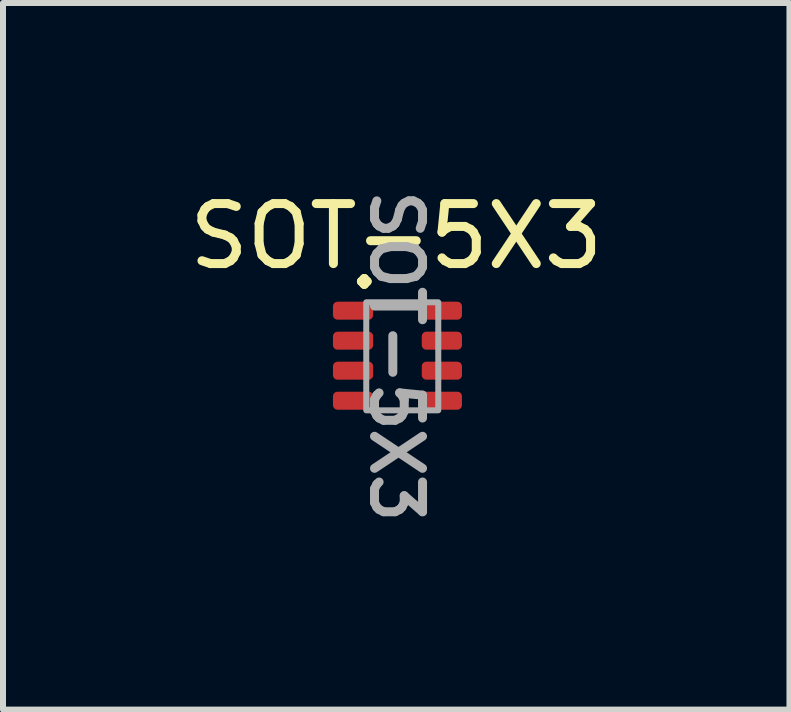
<source format=kicad_pcb>
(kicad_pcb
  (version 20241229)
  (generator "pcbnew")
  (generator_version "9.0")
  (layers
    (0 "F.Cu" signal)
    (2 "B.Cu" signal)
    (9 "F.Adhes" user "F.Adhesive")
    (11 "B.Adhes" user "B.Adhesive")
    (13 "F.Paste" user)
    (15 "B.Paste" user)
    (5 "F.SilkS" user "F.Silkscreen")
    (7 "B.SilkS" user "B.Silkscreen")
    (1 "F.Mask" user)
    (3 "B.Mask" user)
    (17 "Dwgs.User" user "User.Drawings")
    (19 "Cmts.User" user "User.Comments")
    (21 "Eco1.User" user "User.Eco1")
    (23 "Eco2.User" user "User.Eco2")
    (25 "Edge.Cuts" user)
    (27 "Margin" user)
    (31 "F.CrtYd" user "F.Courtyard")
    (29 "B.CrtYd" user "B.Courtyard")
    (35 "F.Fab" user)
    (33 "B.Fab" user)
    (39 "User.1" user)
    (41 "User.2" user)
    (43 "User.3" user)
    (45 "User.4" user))
  (footprint "SOT-5X3"
    (layer "F.Cu")
    (at 3.554 1.388)
    (property "Reference" "SOT-5X3" (at 0 -0.5 0) (unlocked yes) (layer "F.SilkS") (effects (font (size 1 1) (thickness 0.15))))
    (attr smd)
    (fp_rect (start -0.5 0.6) (end 0.7 2.4) (stroke (width 0.1) (type default)) (fill no) (layer "F.Fab"))
    (fp_text user "." (at -0.87 0.43 0) (unlocked yes) (layer "F.SilkS") (effects (font (size 1 1) (thickness 0.15)) (justify left bottom)))
    (fp_text user "${REFERENCE}" (at 0 1.5 270) (unlocked yes) (layer "F.Fab") (effects (font (size 0.8 0.8) (thickness 0.15))))
    (pad "1" smd roundrect (at -0.72 0.74) (size 0.67 0.3) (layers "F.Cu" "F.Mask" "F.Paste") (roundrect_rratio 0.25))
    (pad "2" smd roundrect (at -0.72 1.24) (size 0.67 0.3) (layers "F.Cu" "F.Mask" "F.Paste") (roundrect_rratio 0.25))
    (pad "3" smd roundrect (at -0.72 1.74) (size 0.67 0.3) (layers "F.Cu" "F.Mask" "F.Paste") (roundrect_rratio 0.25))
    (pad "4" smd roundrect (at -0.72 2.24) (size 0.67 0.3) (layers "F.Cu" "F.Mask" "F.Paste") (roundrect_rratio 0.25))
    (pad "5" smd roundrect (at 0.76 2.24) (size 0.67 0.3) (layers "F.Cu" "F.Mask" "F.Paste") (roundrect_rratio 0.25))
    (pad "6" smd roundrect (at 0.76 1.74) (size 0.67 0.3) (layers "F.Cu" "F.Mask" "F.Paste") (roundrect_rratio 0.25))
    (pad "7" smd roundrect (at 0.76 1.24) (size 0.67 0.3) (layers "F.Cu" "F.Mask" "F.Paste") (roundrect_rratio 0.25))
    (pad "8" smd roundrect (at 0.76 0.74) (size 0.67 0.3) (layers "F.Cu" "F.Mask" "F.Paste") (roundrect_rratio 0.25)))
  (gr_rect
    (start -3 -3)
    (end 10.107 8.776)
    (stroke (width 0.1) (type default))
    (fill no)
    (layer "Edge.Cuts")))
</source>
